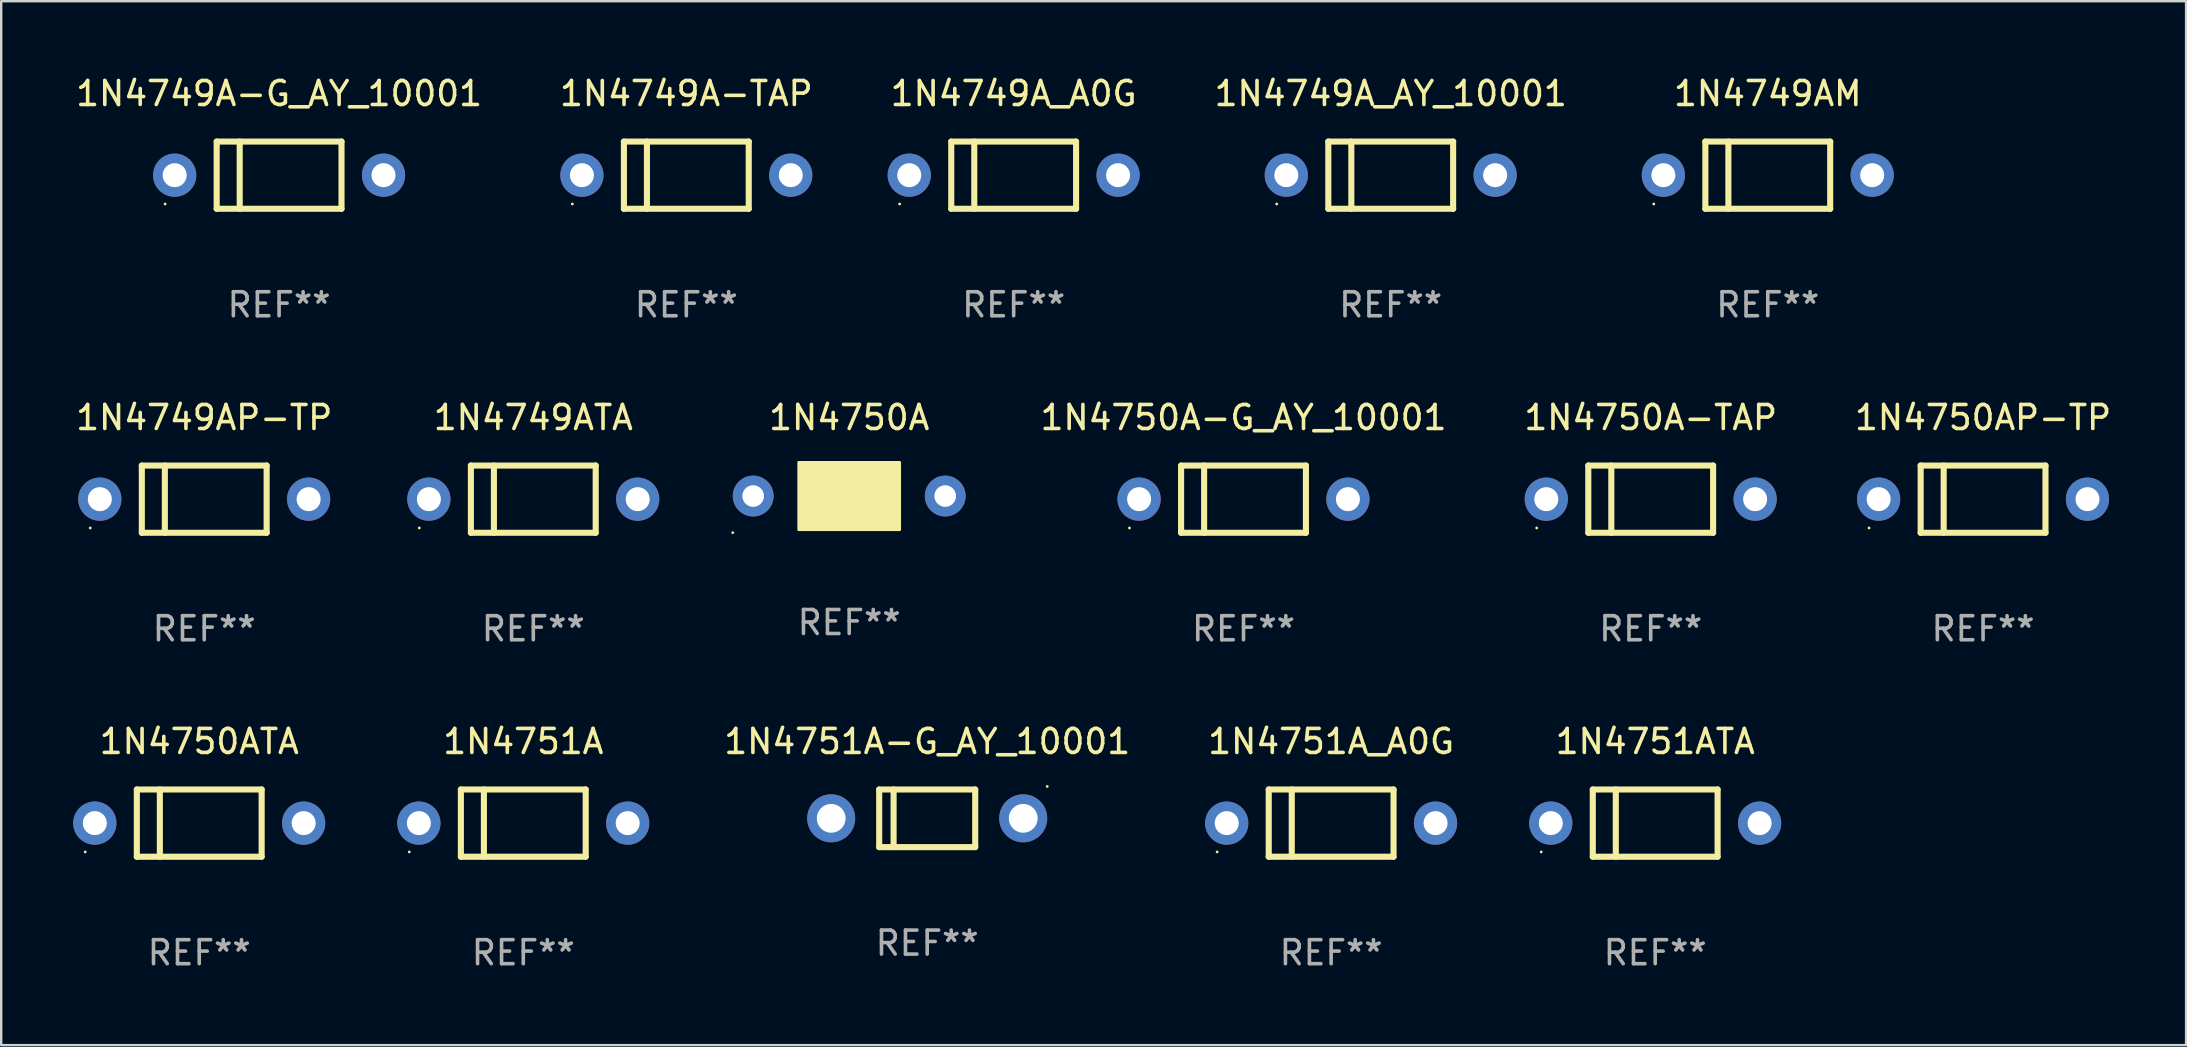
<source format=kicad_pcb>
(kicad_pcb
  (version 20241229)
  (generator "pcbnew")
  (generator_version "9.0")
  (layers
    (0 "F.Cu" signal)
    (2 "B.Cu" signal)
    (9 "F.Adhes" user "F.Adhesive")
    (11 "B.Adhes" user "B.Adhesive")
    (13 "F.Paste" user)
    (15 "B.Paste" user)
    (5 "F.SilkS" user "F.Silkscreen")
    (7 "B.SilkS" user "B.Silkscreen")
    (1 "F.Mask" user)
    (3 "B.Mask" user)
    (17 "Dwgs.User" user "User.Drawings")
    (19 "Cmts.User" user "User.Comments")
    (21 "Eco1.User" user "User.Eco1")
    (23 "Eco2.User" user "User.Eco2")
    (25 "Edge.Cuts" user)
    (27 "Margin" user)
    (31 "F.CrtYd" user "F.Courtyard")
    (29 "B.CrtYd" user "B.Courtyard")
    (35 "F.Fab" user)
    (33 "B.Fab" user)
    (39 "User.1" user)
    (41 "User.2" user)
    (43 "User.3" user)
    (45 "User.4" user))
  (footprint "1N4749A_A0G"
    (layer "F.Cu")
    (at 39.179 4.248)
    (property "Reference" "1N4749A_A0G" (at 0 -3.4 0) (layer "F.SilkS") (effects (font (size 1 1) (thickness 0.15))))
    (attr through_hole)
    (fp_line (start -2.6 -1.4) (end -2.6 1.4) (stroke (width 0.254) (type solid)) (layer "F.SilkS"))
    (fp_line (start -2.6 -1.4) (end 2.6 -1.4) (stroke (width 0.254) (type solid)) (layer "F.SilkS"))
    (fp_line (start -2.6 1.4) (end 2.6 1.4) (stroke (width 0.254) (type solid)) (layer "F.SilkS"))
    (fp_line (start -1.641 -1.4) (end -1.641 1.4) (stroke (width 0.254) (type solid)) (layer "F.SilkS"))
    (fp_line (start 2.6 -1.4) (end 2.6 1.4) (stroke (width 0.254) (type solid)) (layer "F.SilkS"))
    (fp_circle (center -4.75 1.2) (end -4.72 1.2) (stroke (width 0.06) (type solid)) (fill no) (layer "F.SilkS"))
    (fp_text user "REF**" (at 0 5.4 0) (layer "F.Fab") (effects (font (size 1 1) (thickness 0.15))))
    (pad "1" thru_hole circle (at -4.35 0) (size 1.8 1.8) (drill 1) (layers "*.Cu" "*.Mask"))
    (pad "2" thru_hole circle (at 4.35 0) (size 1.8 1.8) (drill 1) (layers "*.Cu" "*.Mask")))
  (footprint "1N4749A-G_AY_10001"
    (layer "F.Cu")
    (at 8.577 4.248)
    (property "Reference" "1N4749A-G_AY_10001" (at 0 -3.4 0) (layer "F.SilkS") (effects (font (size 1 1) (thickness 0.15))))
    (attr through_hole)
    (fp_line (start -2.6 -1.4) (end -2.6 1.4) (stroke (width 0.254) (type solid)) (layer "F.SilkS"))
    (fp_line (start -2.6 -1.4) (end 2.6 -1.4) (stroke (width 0.254) (type solid)) (layer "F.SilkS"))
    (fp_line (start -2.6 1.4) (end 2.6 1.4) (stroke (width 0.254) (type solid)) (layer "F.SilkS"))
    (fp_line (start -1.641 -1.4) (end -1.641 1.4) (stroke (width 0.254) (type solid)) (layer "F.SilkS"))
    (fp_line (start 2.6 -1.4) (end 2.6 1.4) (stroke (width 0.254) (type solid)) (layer "F.SilkS"))
    (fp_circle (center -4.75 1.2) (end -4.72 1.2) (stroke (width 0.06) (type solid)) (fill no) (layer "F.SilkS"))
    (fp_text user "REF**" (at 0 5.4 0) (layer "F.Fab") (effects (font (size 1 1) (thickness 0.15))))
    (pad "1" thru_hole circle (at -4.35 0) (size 1.8 1.8) (drill 1) (layers "*.Cu" "*.Mask"))
    (pad "2" thru_hole circle (at 4.35 0) (size 1.8 1.8) (drill 1) (layers "*.Cu" "*.Mask")))
  (footprint "1N4749ATA"
    (layer "F.Cu")
    (at 19.167 17.745)
    (property "Reference" "1N4749ATA" (at 0 -3.4 0) (layer "F.SilkS") (effects (font (size 1 1) (thickness 0.15))))
    (attr through_hole)
    (fp_line (start -2.6 -1.4) (end -2.6 1.4) (stroke (width 0.254) (type solid)) (layer "F.SilkS"))
    (fp_line (start -2.6 -1.4) (end 2.6 -1.4) (stroke (width 0.254) (type solid)) (layer "F.SilkS"))
    (fp_line (start -2.6 1.4) (end 2.6 1.4) (stroke (width 0.254) (type solid)) (layer "F.SilkS"))
    (fp_line (start -1.641 -1.4) (end -1.641 1.4) (stroke (width 0.254) (type solid)) (layer "F.SilkS"))
    (fp_line (start 2.6 -1.4) (end 2.6 1.4) (stroke (width 0.254) (type solid)) (layer "F.SilkS"))
    (fp_circle (center -4.75 1.2) (end -4.72 1.2) (stroke (width 0.06) (type solid)) (fill no) (layer "F.SilkS"))
    (fp_text user "REF**" (at 0 5.4 0) (layer "F.Fab") (effects (font (size 1 1) (thickness 0.15))))
    (pad "1" thru_hole circle (at -4.35 0) (size 1.8 1.8) (drill 1) (layers "*.Cu" "*.Mask"))
    (pad "2" thru_hole circle (at 4.35 0) (size 1.8 1.8) (drill 1) (layers "*.Cu" "*.Mask")))
  (footprint "1N4751ATA"
    (layer "F.Cu")
    (at 65.905 31.241)
    (property "Reference" "1N4751ATA" (at 0 -3.4 0) (layer "F.SilkS") (effects (font (size 1 1) (thickness 0.15))))
    (attr through_hole)
    (fp_line (start -2.6 -1.4) (end -2.6 1.4) (stroke (width 0.254) (type solid)) (layer "F.SilkS"))
    (fp_line (start -2.6 -1.4) (end 2.6 -1.4) (stroke (width 0.254) (type solid)) (layer "F.SilkS"))
    (fp_line (start -2.6 1.4) (end 2.6 1.4) (stroke (width 0.254) (type solid)) (layer "F.SilkS"))
    (fp_line (start -1.641 -1.4) (end -1.641 1.4) (stroke (width 0.254) (type solid)) (layer "F.SilkS"))
    (fp_line (start 2.6 -1.4) (end 2.6 1.4) (stroke (width 0.254) (type solid)) (layer "F.SilkS"))
    (fp_circle (center -4.75 1.2) (end -4.72 1.2) (stroke (width 0.06) (type solid)) (fill no) (layer "F.SilkS"))
    (fp_text user "REF**" (at 0 5.4 0) (layer "F.Fab") (effects (font (size 1 1) (thickness 0.15))))
    (pad "1" thru_hole circle (at -4.35 0) (size 1.8 1.8) (drill 1) (layers "*.Cu" "*.Mask"))
    (pad "2" thru_hole circle (at 4.35 0) (size 1.8 1.8) (drill 1) (layers "*.Cu" "*.Mask")))
  (footprint "1N4751A"
    (layer "F.Cu")
    (at 18.75 31.241)
    (property "Reference" "1N4751A" (at 0 -3.4 0) (layer "F.SilkS") (effects (font (size 1 1) (thickness 0.15))))
    (attr through_hole)
    (fp_line (start -2.6 -1.4) (end -2.6 1.4) (stroke (width 0.254) (type solid)) (layer "F.SilkS"))
    (fp_line (start -2.6 -1.4) (end 2.6 -1.4) (stroke (width 0.254) (type solid)) (layer "F.SilkS"))
    (fp_line (start -2.6 1.4) (end 2.6 1.4) (stroke (width 0.254) (type solid)) (layer "F.SilkS"))
    (fp_line (start -1.641 -1.4) (end -1.641 1.4) (stroke (width 0.254) (type solid)) (layer "F.SilkS"))
    (fp_line (start 2.6 -1.4) (end 2.6 1.4) (stroke (width 0.254) (type solid)) (layer "F.SilkS"))
    (fp_circle (center -4.75 1.2) (end -4.72 1.2) (stroke (width 0.06) (type solid)) (fill no) (layer "F.SilkS"))
    (fp_text user "REF**" (at 0 5.4 0) (layer "F.Fab") (effects (font (size 1 1) (thickness 0.15))))
    (pad "1" thru_hole circle (at -4.35 0) (size 1.8 1.8) (drill 1) (layers "*.Cu" "*.Mask"))
    (pad "2" thru_hole circle (at 4.35 0) (size 1.8 1.8) (drill 1) (layers "*.Cu" "*.Mask")))
  (footprint "1N4749A_AY_10001"
    (layer "F.Cu")
    (at 54.887 4.248)
    (property "Reference" "1N4749A_AY_10001" (at 0 -3.4 0) (layer "F.SilkS") (effects (font (size 1 1) (thickness 0.15))))
    (attr through_hole)
    (fp_line (start -2.6 -1.4) (end -2.6 1.4) (stroke (width 0.254) (type solid)) (layer "F.SilkS"))
    (fp_line (start -2.6 -1.4) (end 2.6 -1.4) (stroke (width 0.254) (type solid)) (layer "F.SilkS"))
    (fp_line (start -2.6 1.4) (end 2.6 1.4) (stroke (width 0.254) (type solid)) (layer "F.SilkS"))
    (fp_line (start -1.641 -1.4) (end -1.641 1.4) (stroke (width 0.254) (type solid)) (layer "F.SilkS"))
    (fp_line (start 2.6 -1.4) (end 2.6 1.4) (stroke (width 0.254) (type solid)) (layer "F.SilkS"))
    (fp_circle (center -4.75 1.2) (end -4.72 1.2) (stroke (width 0.06) (type solid)) (fill no) (layer "F.SilkS"))
    (fp_text user "REF**" (at 0 5.4 0) (layer "F.Fab") (effects (font (size 1 1) (thickness 0.15))))
    (pad "1" thru_hole circle (at -4.35 0) (size 1.8 1.8) (drill 1) (layers "*.Cu" "*.Mask"))
    (pad "2" thru_hole circle (at 4.35 0) (size 1.8 1.8) (drill 1) (layers "*.Cu" "*.Mask")))
  (footprint "1N4750A-TAP"
    (layer "F.Cu")
    (at 65.718 17.745)
    (property "Reference" "1N4750A-TAP" (at 0 -3.4 0) (layer "F.SilkS") (effects (font (size 1 1) (thickness 0.15))))
    (attr through_hole)
    (fp_line (start -2.6 -1.4) (end -2.6 1.4) (stroke (width 0.254) (type solid)) (layer "F.SilkS"))
    (fp_line (start -2.6 -1.4) (end 2.6 -1.4) (stroke (width 0.254) (type solid)) (layer "F.SilkS"))
    (fp_line (start -2.6 1.4) (end 2.6 1.4) (stroke (width 0.254) (type solid)) (layer "F.SilkS"))
    (fp_line (start -1.641 -1.4) (end -1.641 1.4) (stroke (width 0.254) (type solid)) (layer "F.SilkS"))
    (fp_line (start 2.6 -1.4) (end 2.6 1.4) (stroke (width 0.254) (type solid)) (layer "F.SilkS"))
    (fp_circle (center -4.75 1.2) (end -4.72 1.2) (stroke (width 0.06) (type solid)) (fill no) (layer "F.SilkS"))
    (fp_text user "REF**" (at 0 5.4 0) (layer "F.Fab") (effects (font (size 1 1) (thickness 0.15))))
    (pad "1" thru_hole circle (at -4.35 0) (size 1.8 1.8) (drill 1) (layers "*.Cu" "*.Mask"))
    (pad "2" thru_hole circle (at 4.35 0) (size 1.8 1.8) (drill 1) (layers "*.Cu" "*.Mask")))
  (footprint "1N4750ATA"
    (layer "F.Cu")
    (at 5.25 31.241)
    (property "Reference" "1N4750ATA" (at 0 -3.4 0) (layer "F.SilkS") (effects (font (size 1 1) (thickness 0.15))))
    (attr through_hole)
    (fp_line (start -2.6 -1.4) (end -2.6 1.4) (stroke (width 0.254) (type solid)) (layer "F.SilkS"))
    (fp_line (start -2.6 -1.4) (end 2.6 -1.4) (stroke (width 0.254) (type solid)) (layer "F.SilkS"))
    (fp_line (start -2.6 1.4) (end 2.6 1.4) (stroke (width 0.254) (type solid)) (layer "F.SilkS"))
    (fp_line (start -1.641 -1.4) (end -1.641 1.4) (stroke (width 0.254) (type solid)) (layer "F.SilkS"))
    (fp_line (start 2.6 -1.4) (end 2.6 1.4) (stroke (width 0.254) (type solid)) (layer "F.SilkS"))
    (fp_circle (center -4.75 1.2) (end -4.72 1.2) (stroke (width 0.06) (type solid)) (fill no) (layer "F.SilkS"))
    (fp_text user "REF**" (at 0 5.4 0) (layer "F.Fab") (effects (font (size 1 1) (thickness 0.15))))
    (pad "1" thru_hole circle (at -4.35 0) (size 1.8 1.8) (drill 1) (layers "*.Cu" "*.Mask"))
    (pad "2" thru_hole circle (at 4.35 0) (size 1.8 1.8) (drill 1) (layers "*.Cu" "*.Mask")))
  (footprint "1N4750A-G_AY_10001"
    (layer "F.Cu")
    (at 48.754 17.745)
    (property "Reference" "1N4750A-G_AY_10001" (at 0 -3.4 0) (layer "F.SilkS") (effects (font (size 1 1) (thickness 0.15))))
    (attr through_hole)
    (fp_line (start -2.6 -1.4) (end -2.6 1.4) (stroke (width 0.254) (type solid)) (layer "F.SilkS"))
    (fp_line (start -2.6 -1.4) (end 2.6 -1.4) (stroke (width 0.254) (type solid)) (layer "F.SilkS"))
    (fp_line (start -2.6 1.4) (end 2.6 1.4) (stroke (width 0.254) (type solid)) (layer "F.SilkS"))
    (fp_line (start -1.641 -1.4) (end -1.641 1.4) (stroke (width 0.254) (type solid)) (layer "F.SilkS"))
    (fp_line (start 2.6 -1.4) (end 2.6 1.4) (stroke (width 0.254) (type solid)) (layer "F.SilkS"))
    (fp_circle (center -4.75 1.2) (end -4.72 1.2) (stroke (width 0.06) (type solid)) (fill no) (layer "F.SilkS"))
    (fp_text user "REF**" (at 0 5.4 0) (layer "F.Fab") (effects (font (size 1 1) (thickness 0.15))))
    (pad "1" thru_hole circle (at -4.35 0) (size 1.8 1.8) (drill 1) (layers "*.Cu" "*.Mask"))
    (pad "2" thru_hole circle (at 4.35 0) (size 1.8 1.8) (drill 1) (layers "*.Cu" "*.Mask")))
  (footprint "1N4750AP-TP"
    (layer "F.Cu")
    (at 79.564 17.745)
    (property "Reference" "1N4750AP-TP" (at 0 -3.4 0) (layer "F.SilkS") (effects (font (size 1 1) (thickness 0.15))))
    (attr through_hole)
    (fp_line (start -2.6 -1.4) (end -2.6 1.4) (stroke (width 0.254) (type solid)) (layer "F.SilkS"))
    (fp_line (start -2.6 -1.4) (end 2.6 -1.4) (stroke (width 0.254) (type solid)) (layer "F.SilkS"))
    (fp_line (start -2.6 1.4) (end 2.6 1.4) (stroke (width 0.254) (type solid)) (layer "F.SilkS"))
    (fp_line (start -1.641 -1.4) (end -1.641 1.4) (stroke (width 0.254) (type solid)) (layer "F.SilkS"))
    (fp_line (start 2.6 -1.4) (end 2.6 1.4) (stroke (width 0.254) (type solid)) (layer "F.SilkS"))
    (fp_circle (center -4.75 1.2) (end -4.72 1.2) (stroke (width 0.06) (type solid)) (fill no) (layer "F.SilkS"))
    (fp_text user "REF**" (at 0 5.4 0) (layer "F.Fab") (effects (font (size 1 1) (thickness 0.15))))
    (pad "1" thru_hole circle (at -4.35 0) (size 1.8 1.8) (drill 1) (layers "*.Cu" "*.Mask"))
    (pad "2" thru_hole circle (at 4.35 0) (size 1.8 1.8) (drill 1) (layers "*.Cu" "*.Mask")))
  (footprint "1N4749AP-TP"
    (layer "F.Cu")
    (at 5.458 17.745)
    (property "Reference" "1N4749AP-TP" (at 0 -3.4 0) (layer "F.SilkS") (effects (font (size 1 1) (thickness 0.15))))
    (attr through_hole)
    (fp_line (start -2.6 -1.4) (end -2.6 1.4) (stroke (width 0.254) (type solid)) (layer "F.SilkS"))
    (fp_line (start -2.6 -1.4) (end 2.6 -1.4) (stroke (width 0.254) (type solid)) (layer "F.SilkS"))
    (fp_line (start -2.6 1.4) (end 2.6 1.4) (stroke (width 0.254) (type solid)) (layer "F.SilkS"))
    (fp_line (start -1.641 -1.4) (end -1.641 1.4) (stroke (width 0.254) (type solid)) (layer "F.SilkS"))
    (fp_line (start 2.6 -1.4) (end 2.6 1.4) (stroke (width 0.254) (type solid)) (layer "F.SilkS"))
    (fp_circle (center -4.75 1.2) (end -4.72 1.2) (stroke (width 0.06) (type solid)) (fill no) (layer "F.SilkS"))
    (fp_text user "REF**" (at 0 5.4 0) (layer "F.Fab") (effects (font (size 1 1) (thickness 0.15))))
    (pad "1" thru_hole circle (at -4.35 0) (size 1.8 1.8) (drill 1) (layers "*.Cu" "*.Mask"))
    (pad "2" thru_hole circle (at 4.35 0) (size 1.8 1.8) (drill 1) (layers "*.Cu" "*.Mask")))
  (footprint "1N4751A-G_AY_10001"
    (layer "F.Cu")
    (at 35.577 31.041)
    (property "Reference" "1N4751A-G_AY_10001" (at 0 -3.2 0) (layer "F.SilkS") (effects (font (size 1 1) (thickness 0.15))))
    (attr through_hole)
    (fp_line (start -2 -1.2) (end 2 -1.2) (stroke (width 0.254) (type solid)) (layer "F.SilkS"))
    (fp_line (start -2 1.2) (end -2 -1.2) (stroke (width 0.254) (type solid)) (layer "F.SilkS"))
    (fp_line (start -1.4 -1.2) (end -1.4 1.2) (stroke (width 0.254) (type solid)) (layer "F.SilkS"))
    (fp_line (start 2 -1.2) (end 2 1.2) (stroke (width 0.254) (type solid)) (layer "F.SilkS"))
    (fp_line (start 2 1.2) (end -2 1.2) (stroke (width 0.254) (type solid)) (layer "F.SilkS"))
    (fp_circle (center 5 -1.327) (end 5.03 -1.327) (stroke (width 0.06) (type solid)) (fill no) (layer "F.SilkS"))
    (fp_text user "REF**" (at 0 5.2 0) (layer "F.Fab") (effects (font (size 1 1) (thickness 0.15))))
    (pad "1" thru_hole circle (at -4 0) (size 2 2) (drill 1.2) (layers "*.Cu" "*.Mask"))
    (pad "2" thru_hole circle (at 4 0) (size 2 2) (drill 1.2) (layers "*.Cu" "*.Mask")))
  (footprint "1N4749AM"
    (layer "F.Cu")
    (at 70.595 4.248)
    (property "Reference" "1N4749AM" (at 0 -3.4 0) (layer "F.SilkS") (effects (font (size 1 1) (thickness 0.15))))
    (attr through_hole)
    (fp_line (start -2.6 -1.4) (end -2.6 1.4) (stroke (width 0.254) (type solid)) (layer "F.SilkS"))
    (fp_line (start -2.6 -1.4) (end 2.6 -1.4) (stroke (width 0.254) (type solid)) (layer "F.SilkS"))
    (fp_line (start -2.6 1.4) (end 2.6 1.4) (stroke (width 0.254) (type solid)) (layer "F.SilkS"))
    (fp_line (start -1.641 -1.4) (end -1.641 1.4) (stroke (width 0.254) (type solid)) (layer "F.SilkS"))
    (fp_line (start 2.6 -1.4) (end 2.6 1.4) (stroke (width 0.254) (type solid)) (layer "F.SilkS"))
    (fp_circle (center -4.75 1.2) (end -4.72 1.2) (stroke (width 0.06) (type solid)) (fill no) (layer "F.SilkS"))
    (fp_text user "REF**" (at 0 5.4 0) (layer "F.Fab") (effects (font (size 1 1) (thickness 0.15))))
    (pad "1" thru_hole circle (at -4.35 0) (size 1.8 1.8) (drill 1) (layers "*.Cu" "*.Mask"))
    (pad "2" thru_hole circle (at 4.35 0) (size 1.8 1.8) (drill 1) (layers "*.Cu" "*.Mask")))
  (footprint "1N4751A_A0G"
    (layer "F.Cu")
    (at 52.405 31.241)
    (property "Reference" "1N4751A_A0G" (at 0 -3.4 0) (layer "F.SilkS") (effects (font (size 1 1) (thickness 0.15))))
    (attr through_hole)
    (fp_line (start -2.6 -1.4) (end -2.6 1.4) (stroke (width 0.254) (type solid)) (layer "F.SilkS"))
    (fp_line (start -2.6 -1.4) (end 2.6 -1.4) (stroke (width 0.254) (type solid)) (layer "F.SilkS"))
    (fp_line (start -2.6 1.4) (end 2.6 1.4) (stroke (width 0.254) (type solid)) (layer "F.SilkS"))
    (fp_line (start -1.641 -1.4) (end -1.641 1.4) (stroke (width 0.254) (type solid)) (layer "F.SilkS"))
    (fp_line (start 2.6 -1.4) (end 2.6 1.4) (stroke (width 0.254) (type solid)) (layer "F.SilkS"))
    (fp_circle (center -4.75 1.2) (end -4.72 1.2) (stroke (width 0.06) (type solid)) (fill no) (layer "F.SilkS"))
    (fp_text user "REF**" (at 0 5.4 0) (layer "F.Fab") (effects (font (size 1 1) (thickness 0.15))))
    (pad "1" thru_hole circle (at -4.35 0) (size 1.8 1.8) (drill 1) (layers "*.Cu" "*.Mask"))
    (pad "2" thru_hole circle (at 4.35 0) (size 1.8 1.8) (drill 1) (layers "*.Cu" "*.Mask")))
  (footprint "1N4750A"
    (layer "F.Cu")
    (at 32.327 17.615)
    (property "Reference" "1N4750A" (at 0 -3.27 0) (layer "F.SilkS") (effects (font (size 1 1) (thickness 0.15))))
    (attr through_hole)
    (fp_line (start 1.27 -1.27) (end 1.27 1.27) (stroke (width 0.229) (type solid)) (layer "F.SilkS"))
    (fp_circle (center -4.85 1.527) (end -4.82 1.527) (stroke (width 0.06) (type solid)) (fill no) (layer "F.SilkS"))
    (fp_poly (pts (xy -2.1 -1.4) (xy 2.1 -1.4) (xy 2.1 1.4) (xy -2.1 1.4)) (stroke (width 0.12) (type solid)) (fill yes) (layer "F.SilkS"))
    (fp_text user "REF**" (at 0 5.27 0) (layer "F.Fab") (effects (font (size 1 1) (thickness 0.15))))
    (pad "1" thru_hole circle (at -4 0) (size 1.7 1.7) (drill 0.9) (layers "*.Cu" "*.Mask"))
    (pad "2" thru_hole circle (at 4 0) (size 1.7 1.7) (drill 0.9) (layers "*.Cu" "*.Mask")))
  (footprint "1N4749A-TAP"
    (layer "F.Cu")
    (at 25.542 4.248)
    (property "Reference" "1N4749A-TAP" (at 0 -3.4 0) (layer "F.SilkS") (effects (font (size 1 1) (thickness 0.15))))
    (attr through_hole)
    (fp_line (start -2.6 -1.4) (end -2.6 1.4) (stroke (width 0.254) (type solid)) (layer "F.SilkS"))
    (fp_line (start -2.6 -1.4) (end 2.6 -1.4) (stroke (width 0.254) (type solid)) (layer "F.SilkS"))
    (fp_line (start -2.6 1.4) (end 2.6 1.4) (stroke (width 0.254) (type solid)) (layer "F.SilkS"))
    (fp_line (start -1.641 -1.4) (end -1.641 1.4) (stroke (width 0.254) (type solid)) (layer "F.SilkS"))
    (fp_line (start 2.6 -1.4) (end 2.6 1.4) (stroke (width 0.254) (type solid)) (layer "F.SilkS"))
    (fp_circle (center -4.75 1.2) (end -4.72 1.2) (stroke (width 0.06) (type solid)) (fill no) (layer "F.SilkS"))
    (fp_text user "REF**" (at 0 5.4 0) (layer "F.Fab") (effects (font (size 1 1) (thickness 0.15))))
    (pad "1" thru_hole circle (at -4.35 0) (size 1.8 1.8) (drill 1) (layers "*.Cu" "*.Mask"))
    (pad "2" thru_hole circle (at 4.35 0) (size 1.8 1.8) (drill 1) (layers "*.Cu" "*.Mask")))
  (gr_rect
    (start -3 -3)
    (end 88.022 40.489)
    (stroke (width 0.1) (type default))
    (fill no)
    (layer "Edge.Cuts")))
</source>
